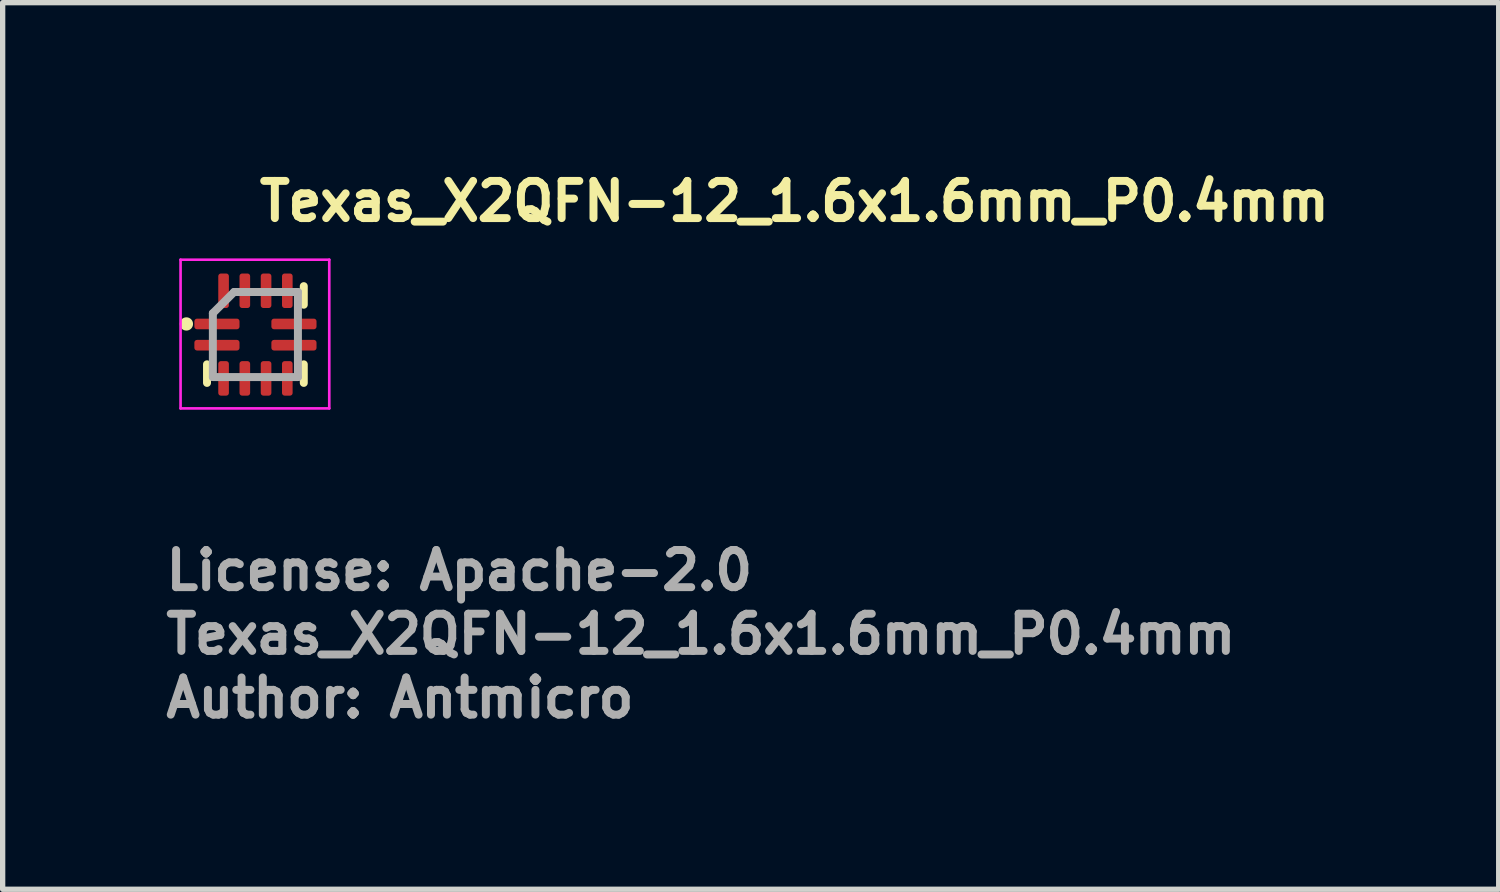
<source format=kicad_pcb>
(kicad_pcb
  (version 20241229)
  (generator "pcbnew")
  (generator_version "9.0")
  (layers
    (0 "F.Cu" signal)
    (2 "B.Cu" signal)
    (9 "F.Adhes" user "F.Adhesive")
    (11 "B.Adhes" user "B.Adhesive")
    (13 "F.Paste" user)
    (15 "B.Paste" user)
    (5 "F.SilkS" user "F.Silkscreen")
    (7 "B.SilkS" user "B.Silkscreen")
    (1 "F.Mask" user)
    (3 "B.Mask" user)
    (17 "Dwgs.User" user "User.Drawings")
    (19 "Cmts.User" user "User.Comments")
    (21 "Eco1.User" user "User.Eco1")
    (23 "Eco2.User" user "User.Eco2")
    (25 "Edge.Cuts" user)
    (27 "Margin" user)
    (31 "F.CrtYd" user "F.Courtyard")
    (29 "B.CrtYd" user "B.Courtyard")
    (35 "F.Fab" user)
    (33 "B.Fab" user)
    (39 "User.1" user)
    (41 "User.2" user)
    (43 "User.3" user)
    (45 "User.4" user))
  (footprint "Texas_X2QFN-12_1.6x1.6mm_P0.4mm"
    (layer "F.Cu")
    (at 1.76 3.25)
    (property "Reference" "Texas_X2QFN-12_1.6x1.6mm_P0.4mm" (at 0 -2.1 0) (layer "F.SilkS") (effects (font (size 0.7 0.7) (thickness 0.15)) (justify left bottom)))
    (attr smd)
    (fp_line (start -0.912 0.91) (end -0.912 0.56) (stroke (width 0.15) (type solid)) (layer "F.SilkS"))
    (fp_line (start 0.91 -0.912) (end 0.91 -0.562) (stroke (width 0.15) (type solid)) (layer "F.SilkS"))
    (fp_line (start 0.91 0.91) (end 0.91 0.56) (stroke (width 0.15) (type solid)) (layer "F.SilkS"))
    (fp_circle (center -1.3 -0.2) (end -1.25 -0.2) (stroke (width 0.15) (type solid)) (fill yes) (layer "F.SilkS"))
    (fp_line (start -1.41 -1.41) (end -1.41 1.39) (stroke (width 0.05) (type solid)) (layer "F.CrtYd"))
    (fp_line (start -1.41 1.39) (end 1.39 1.39) (stroke (width 0.05) (type solid)) (layer "F.CrtYd"))
    (fp_line (start 1.39 -1.41) (end -1.41 -1.41) (stroke (width 0.05) (type solid)) (layer "F.CrtYd"))
    (fp_line (start 1.39 1.39) (end 1.39 -1.41) (stroke (width 0.05) (type solid)) (layer "F.CrtYd"))
    (fp_line (start -0.802 -0.402) (end -0.402 -0.802) (stroke (width 0.15) (type solid)) (layer "F.Fab"))
    (fp_line (start -0.802 0.8) (end -0.802 -0.402) (stroke (width 0.15) (type solid)) (layer "F.Fab"))
    (fp_line (start -0.402 -0.802) (end 0.8 -0.802) (stroke (width 0.15) (type solid)) (layer "F.Fab"))
    (fp_line (start 0.8 -0.802) (end 0.8 0.8) (stroke (width 0.15) (type solid)) (layer "F.Fab"))
    (fp_line (start 0.8 0.8) (end -0.802 0.8) (stroke (width 0.15) (type solid)) (layer "F.Fab"))
    (fp_rect (start -0.8 -0.8) (end 0.8 0.8) (stroke (width 0.1) (type solid)) (fill no) (layer "User.5"))
    (fp_line (start -0.8 -0.8) (end 0.8 -0.8) (stroke (width 0.02) (type solid)) (layer "User.9"))
    (fp_line (start -0.8 0.8) (end -0.8 -0.8) (stroke (width 0.02) (type solid)) (layer "User.9"))
    (fp_line (start 0.8 -0.8) (end 0.8 0.8) (stroke (width 0.02) (type solid)) (layer "User.9"))
    (fp_line (start 0.8 0.8) (end -0.8 0.8) (stroke (width 0.02) (type solid)) (layer "User.9"))
    (fp_text user "${REFERENCE}" (at -1.76 6.05 0) (layer "F.Fab") (effects (font (size 0.7 0.7) (thickness 0.15)) (justify left bottom)))
    (fp_text user "Author: Antmicro" (at -1.76 7.25 0) (layer "F.Fab") (effects (font (size 0.7 0.7) (thickness 0.15)) (justify left bottom)))
    (fp_text user "License: Apache-2.0" (at -1.76 4.85 0) (layer "F.Fab") (effects (font (size 0.7 0.7) (thickness 0.15)) (justify left bottom)))
    (pad "1" smd roundrect (at -0.725 -0.2) (size 0.85 0.2) (layers "F.Cu" "F.Mask" "F.Paste") (roundrect_rratio 0.25))
    (pad "2" smd roundrect (at -0.725 0.2) (size 0.85 0.2) (layers "F.Cu" "F.Mask" "F.Paste") (roundrect_rratio 0.25))
    (pad "3" smd roundrect (at -0.6 0.825) (size 0.2 0.65) (layers "F.Cu" "F.Mask" "F.Paste") (roundrect_rratio 0.25))
    (pad "4" smd roundrect (at -0.2 0.825) (size 0.2 0.65) (layers "F.Cu" "F.Mask" "F.Paste") (roundrect_rratio 0.25))
    (pad "5" smd roundrect (at 0.2 0.825) (size 0.2 0.65) (layers "F.Cu" "F.Mask" "F.Paste") (roundrect_rratio 0.25))
    (pad "6" smd roundrect (at 0.6 0.825) (size 0.2 0.65) (layers "F.Cu" "F.Mask" "F.Paste") (roundrect_rratio 0.25))
    (pad "7" smd roundrect (at 0.725 0.2) (size 0.85 0.2) (layers "F.Cu" "F.Mask" "F.Paste") (roundrect_rratio 0.25))
    (pad "8" smd roundrect (at 0.725 -0.2) (size 0.85 0.2) (layers "F.Cu" "F.Mask" "F.Paste") (roundrect_rratio 0.25))
    (pad "9" smd roundrect (at 0.6 -0.825) (size 0.2 0.65) (layers "F.Cu" "F.Mask" "F.Paste") (roundrect_rratio 0.25))
    (pad "10" smd roundrect (at 0.2 -0.825) (size 0.2 0.65) (layers "F.Cu" "F.Mask" "F.Paste") (roundrect_rratio 0.25))
    (pad "11" smd roundrect (at -0.2 -0.825) (size 0.2 0.65) (layers "F.Cu" "F.Mask" "F.Paste") (roundrect_rratio 0.25))
    (pad "12" smd roundrect (at -0.6 -0.825) (size 0.2 0.65) (layers "F.Cu" "F.Mask" "F.Paste") (roundrect_rratio 0.25)))
  (gr_rect
    (start -3 -3)
    (end 25.17 13.695)
    (stroke (width 0.1) (type default))
    (fill no)
    (layer "Edge.Cuts")))
</source>
